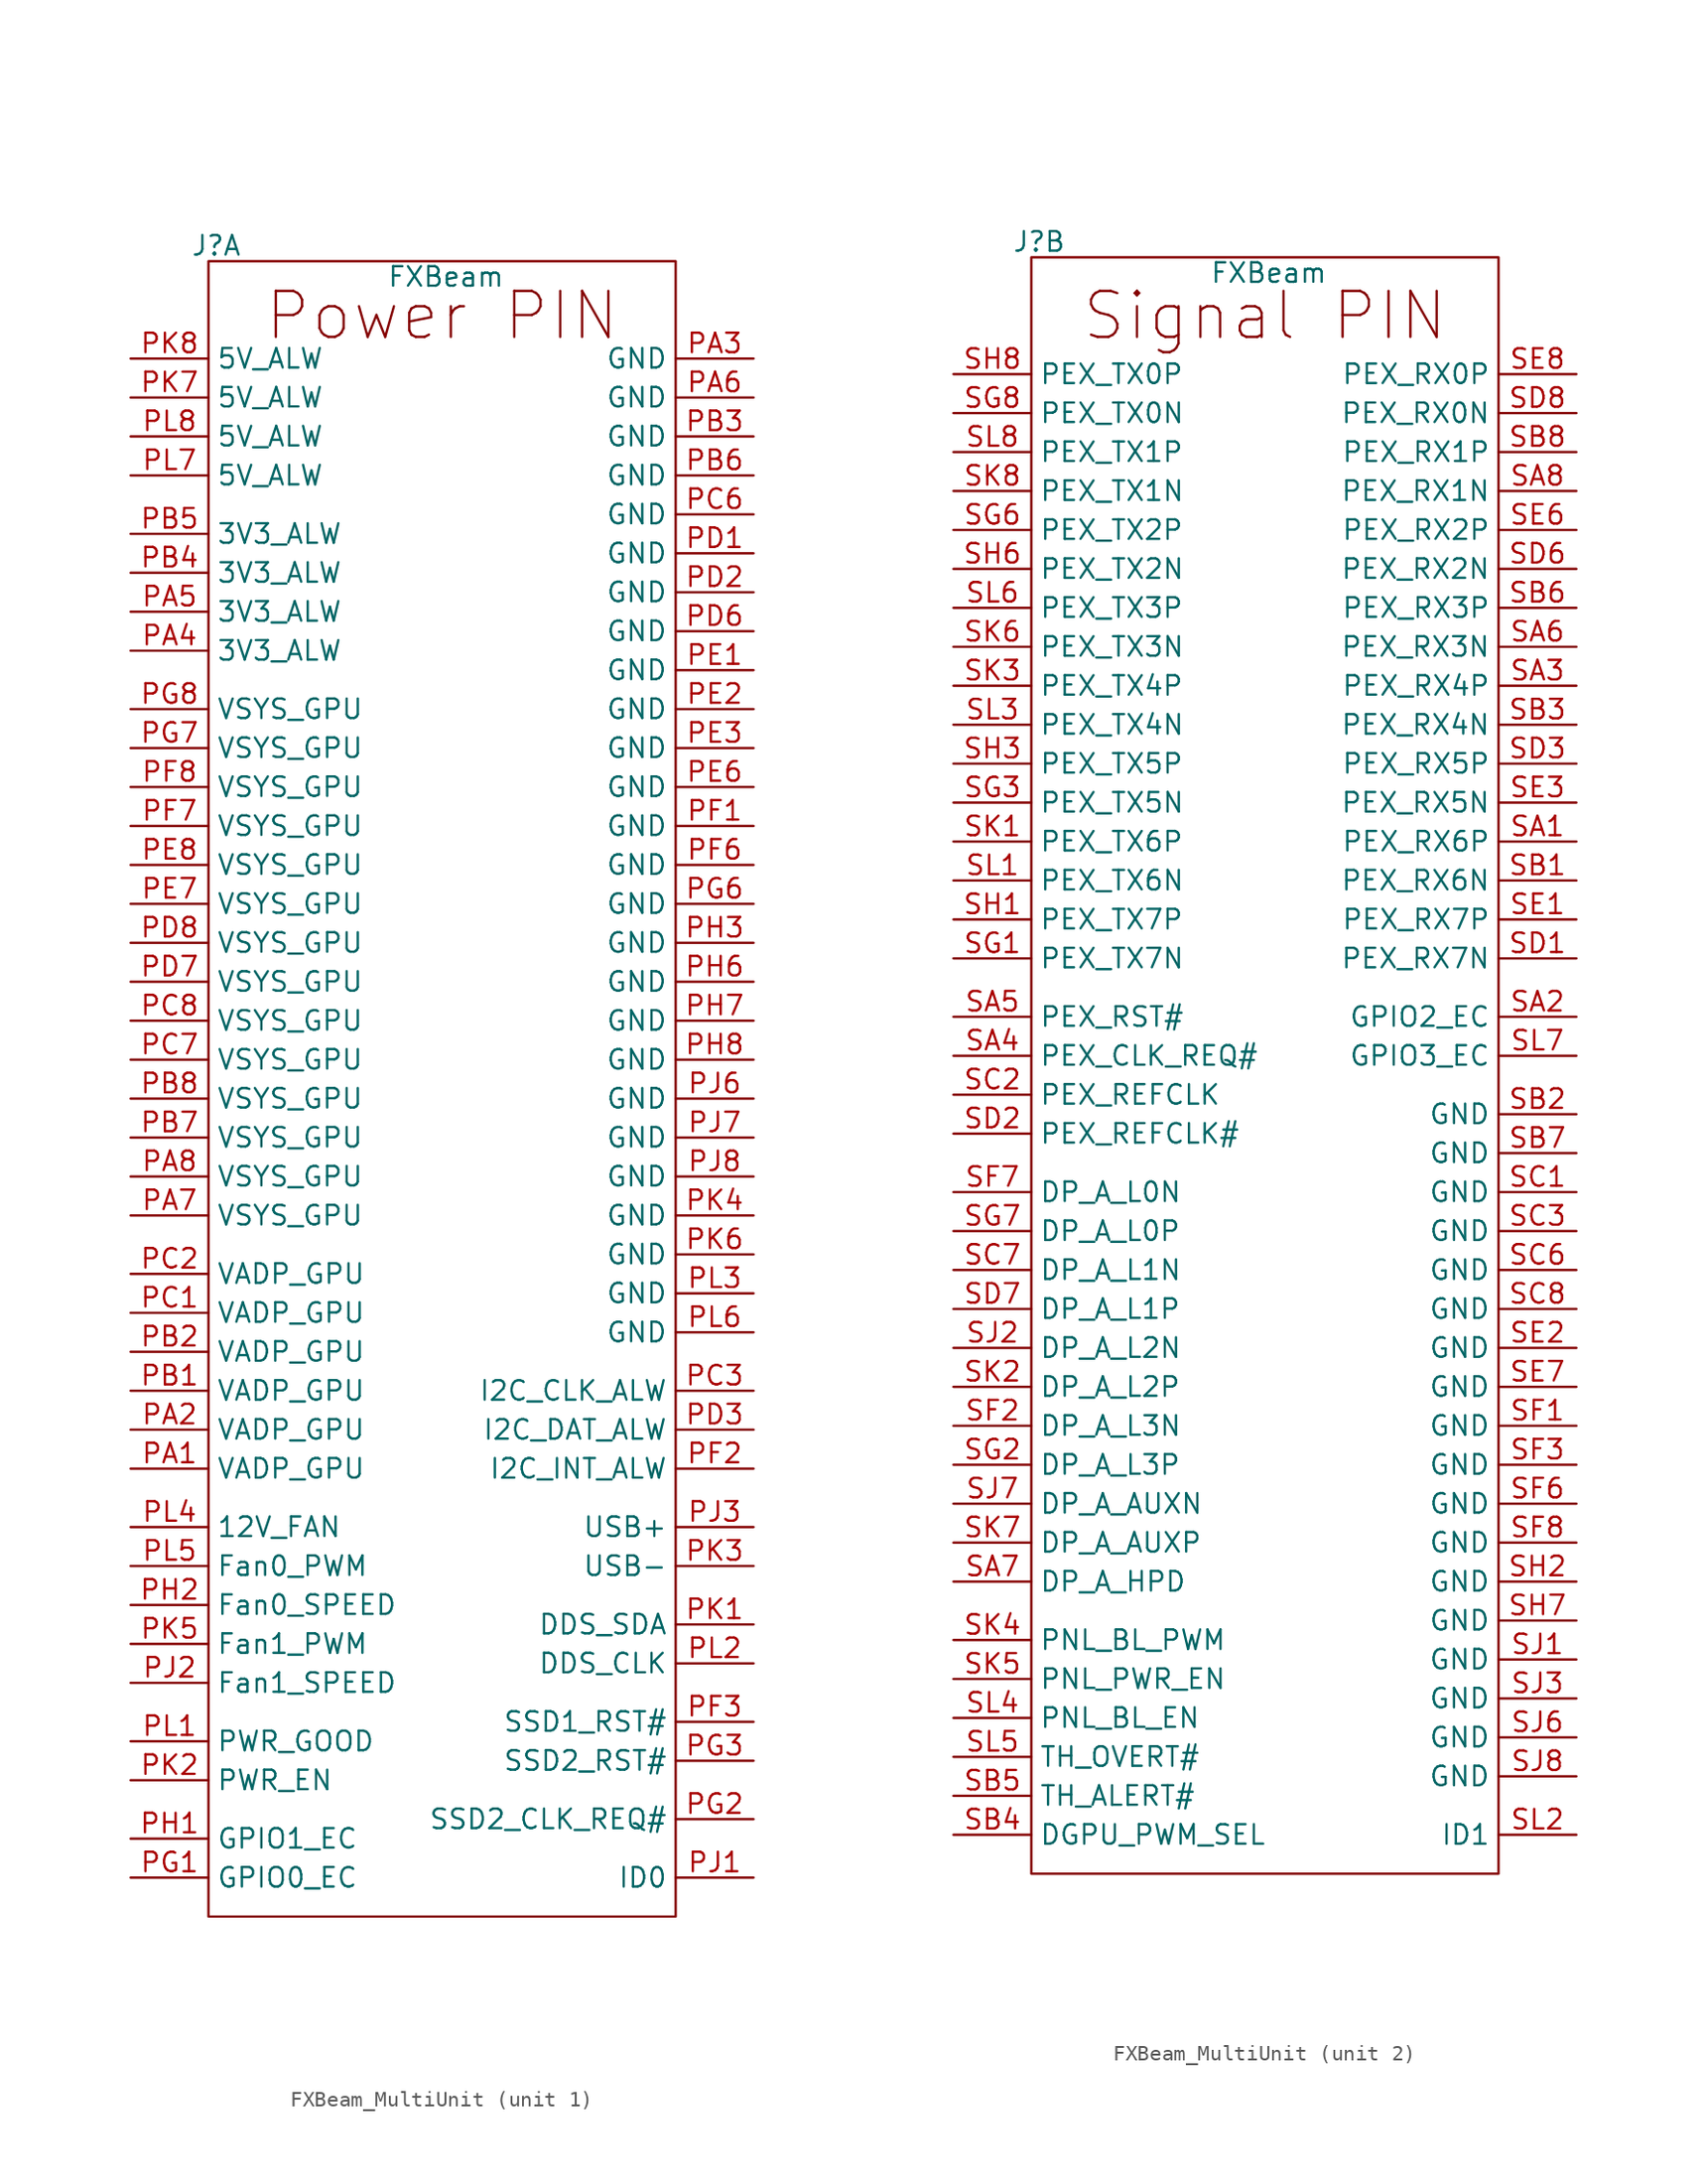
<source format=kicad_sym>
(kicad_symbol_lib
  (version 20241209)
  (generator "kicad_symbol_editor")
  (generator_version "9.0")
  (symbol "FXBeam_MultiUnit"
    (property "Reference" "J"
      (at -14.732 53.086 0)
      (effects (font (size 1.27 1.27))))
    (property "Value" "FXBeam"
      (at 0.254 51.054 0)
      (effects (font (size 1.27 1.27))))
    (property "ki_locked" ""
      (at 0 0 0)
      (effects (font (size 1.27 1.27))))
    (symbol "FXBeam_MultiUnit_1_0"
      (pin power_in line (at -20.32 45.72 0) (length 5.08) (name "5V_ALW" (effects (font (size 1.27 1.27)))) (number "PK8" (effects (font (size 1.27 1.27)))))
      (pin power_in line (at -20.32 43.18 0) (length 5.08) (name "5V_ALW" (effects (font (size 1.27 1.27)))) (number "PK7" (effects (font (size 1.27 1.27)))))
      (pin power_in line (at -20.32 40.64 0) (length 5.08) (name "5V_ALW" (effects (font (size 1.27 1.27)))) (number "PL8" (effects (font (size 1.27 1.27)))))
      (pin power_in line (at -20.32 38.1 0) (length 5.08) (name "5V_ALW" (effects (font (size 1.27 1.27)))) (number "PL7" (effects (font (size 1.27 1.27)))))
      (pin power_in line (at -20.32 34.29 0) (length 5.08) (name "3V3_ALW" (effects (font (size 1.27 1.27)))) (number "PB5" (effects (font (size 1.27 1.27)))))
      (pin power_in line (at -20.32 31.75 0) (length 5.08) (name "3V3_ALW" (effects (font (size 1.27 1.27)))) (number "PB4" (effects (font (size 1.27 1.27)))))
      (pin power_in line (at -20.32 29.21 0) (length 5.08) (name "3V3_ALW" (effects (font (size 1.27 1.27)))) (number "PA5" (effects (font (size 1.27 1.27)))))
      (pin power_in line (at -20.32 26.67 0) (length 5.08) (name "3V3_ALW" (effects (font (size 1.27 1.27)))) (number "PA4" (effects (font (size 1.27 1.27)))))
      (pin power_in line (at -20.32 22.86 0) (length 5.08) (name "VSYS_GPU" (effects (font (size 1.27 1.27)))) (number "PG8" (effects (font (size 1.27 1.27)))))
      (pin power_in line (at -20.32 20.32 0) (length 5.08) (name "VSYS_GPU" (effects (font (size 1.27 1.27)))) (number "PG7" (effects (font (size 1.27 1.27)))))
      (pin power_in line (at -20.32 17.78 0) (length 5.08) (name "VSYS_GPU" (effects (font (size 1.27 1.27)))) (number "PF8" (effects (font (size 1.27 1.27)))))
      (pin power_in line (at -20.32 15.24 0) (length 5.08) (name "VSYS_GPU" (effects (font (size 1.27 1.27)))) (number "PF7" (effects (font (size 1.27 1.27)))))
      (pin power_in line (at -20.32 12.7 0) (length 5.08) (name "VSYS_GPU" (effects (font (size 1.27 1.27)))) (number "PE8" (effects (font (size 1.27 1.27)))))
      (pin power_in line (at -20.32 10.16 0) (length 5.08) (name "VSYS_GPU" (effects (font (size 1.27 1.27)))) (number "PE7" (effects (font (size 1.27 1.27)))))
      (pin power_in line (at -20.32 7.62 0) (length 5.08) (name "VSYS_GPU" (effects (font (size 1.27 1.27)))) (number "PD8" (effects (font (size 1.27 1.27)))))
      (pin power_in line (at -20.32 5.08 0) (length 5.08) (name "VSYS_GPU" (effects (font (size 1.27 1.27)))) (number "PD7" (effects (font (size 1.27 1.27)))))
      (pin power_in line (at -20.32 2.54 0) (length 5.08) (name "VSYS_GPU" (effects (font (size 1.27 1.27)))) (number "PC8" (effects (font (size 1.27 1.27)))))
      (pin power_in line (at -20.32 0 0) (length 5.08) (name "VSYS_GPU" (effects (font (size 1.27 1.27)))) (number "PC7" (effects (font (size 1.27 1.27)))))
      (pin power_in line (at -20.32 -2.54 0) (length 5.08) (name "VSYS_GPU" (effects (font (size 1.27 1.27)))) (number "PB8" (effects (font (size 1.27 1.27)))))
      (pin power_in line (at -20.32 -5.08 0) (length 5.08) (name "VSYS_GPU" (effects (font (size 1.27 1.27)))) (number "PB7" (effects (font (size 1.27 1.27)))))
      (pin power_in line (at -20.32 -7.62 0) (length 5.08) (name "VSYS_GPU" (effects (font (size 1.27 1.27)))) (number "PA8" (effects (font (size 1.27 1.27)))))
      (pin power_in line (at -20.32 -10.16 0) (length 5.08) (name "VSYS_GPU" (effects (font (size 1.27 1.27)))) (number "PA7" (effects (font (size 1.27 1.27)))))
      (pin power_out line (at -20.32 -13.97 0) (length 5.08) (name "VADP_GPU" (effects (font (size 1.27 1.27)))) (number "PC2" (effects (font (size 1.27 1.27)))))
      (pin power_out line (at -20.32 -16.51 0) (length 5.08) (name "VADP_GPU" (effects (font (size 1.27 1.27)))) (number "PC1" (effects (font (size 1.27 1.27)))))
      (pin power_in line (at -20.32 -19.05 0) (length 5.08) (name "VADP_GPU" (effects (font (size 1.27 1.27)))) (number "PB2" (effects (font (size 1.27 1.27)))))
      (pin power_in line (at -20.32 -21.59 0) (length 5.08) (name "VADP_GPU" (effects (font (size 1.27 1.27)))) (number "PB1" (effects (font (size 1.27 1.27)))))
      (pin power_out line (at -20.32 -24.13 0) (length 5.08) (name "VADP_GPU" (effects (font (size 1.27 1.27)))) (number "PA2" (effects (font (size 1.27 1.27)))))
      (pin power_out line (at -20.32 -26.67 0) (length 5.08) (name "VADP_GPU" (effects (font (size 1.27 1.27)))) (number "PA1" (effects (font (size 1.27 1.27)))))
      (pin power_in line (at -20.32 -30.48 0) (length 5.08) (name "12V_FAN" (effects (font (size 1.27 1.27)))) (number "PL4" (effects (font (size 1.27 1.27)))))
      (pin input line (at -20.32 -33.02 0) (length 5.08) (name "Fan0_PWM" (effects (font (size 1.27 1.27)))) (number "PL5" (effects (font (size 1.27 1.27)))))
      (pin output line (at -20.32 -35.56 0) (length 5.08) (name "Fan0_SPEED" (effects (font (size 1.27 1.27)))) (number "PH2" (effects (font (size 1.27 1.27)))))
      (pin input line (at -20.32 -38.1 0) (length 5.08) (name "Fan1_PWM" (effects (font (size 1.27 1.27)))) (number "PK5" (effects (font (size 1.27 1.27)))))
      (pin output line (at -20.32 -40.64 0) (length 5.08) (name "Fan1_SPEED" (effects (font (size 1.27 1.27)))) (number "PJ2" (effects (font (size 1.27 1.27)))))
      (pin output line (at -20.32 -44.45 0) (length 5.08) (name "PWR_GOOD" (effects (font (size 1.27 1.27)))) (number "PL1" (effects (font (size 1.27 1.27)))))
      (pin input line (at -20.32 -46.99 0) (length 5.08) (name "PWR_EN" (effects (font (size 1.27 1.27)))) (number "PK2" (effects (font (size 1.27 1.27)))))
      (pin unspecified line (at -20.32 -50.8 0) (length 5.08) (name "GPIO1_EC" (effects (font (size 1.27 1.27)))) (number "PH1" (effects (font (size 1.27 1.27)))))
      (pin unspecified line (at -20.32 -53.34 0) (length 5.08) (name "GPIO0_EC" (effects (font (size 1.27 1.27)))) (number "PG1" (effects (font (size 1.27 1.27)))))
      (pin unspecified line (at 20.32 45.72 180) (length 5.08) (name "GND" (effects (font (size 1.27 1.27)))) (number "PA3" (effects (font (size 1.27 1.27)))))
      (pin unspecified line (at 20.32 43.18 180) (length 5.08) (name "GND" (effects (font (size 1.27 1.27)))) (number "PA6" (effects (font (size 1.27 1.27)))))
      (pin unspecified line (at 20.32 40.64 180) (length 5.08) (name "GND" (effects (font (size 1.27 1.27)))) (number "PB3" (effects (font (size 1.27 1.27)))))
      (pin unspecified line (at 20.32 38.1 180) (length 5.08) (name "GND" (effects (font (size 1.27 1.27)))) (number "PB6" (effects (font (size 1.27 1.27)))))
      (pin unspecified line (at 20.32 35.56 180) (length 5.08) (name "GND" (effects (font (size 1.27 1.27)))) (number "PC6" (effects (font (size 1.27 1.27)))))
      (pin unspecified line (at 20.32 33.02 180) (length 5.08) (name "GND" (effects (font (size 1.27 1.27)))) (number "PD1" (effects (font (size 1.27 1.27)))))
      (pin unspecified line (at 20.32 30.48 180) (length 5.08) (name "GND" (effects (font (size 1.27 1.27)))) (number "PD2" (effects (font (size 1.27 1.27)))))
      (pin unspecified line (at 20.32 27.94 180) (length 5.08) (name "GND" (effects (font (size 1.27 1.27)))) (number "PD6" (effects (font (size 1.27 1.27)))))
      (pin unspecified line (at 20.32 25.4 180) (length 5.08) (name "GND" (effects (font (size 1.27 1.27)))) (number "PE1" (effects (font (size 1.27 1.27)))))
      (pin unspecified line (at 20.32 22.86 180) (length 5.08) (name "GND" (effects (font (size 1.27 1.27)))) (number "PE2" (effects (font (size 1.27 1.27)))))
      (pin unspecified line (at 20.32 20.32 180) (length 5.08) (name "GND" (effects (font (size 1.27 1.27)))) (number "PE3" (effects (font (size 1.27 1.27)))))
      (pin unspecified line (at 20.32 17.78 180) (length 5.08) (name "GND" (effects (font (size 1.27 1.27)))) (number "PE6" (effects (font (size 1.27 1.27)))))
      (pin unspecified line (at 20.32 15.24 180) (length 5.08) (name "GND" (effects (font (size 1.27 1.27)))) (number "PF1" (effects (font (size 1.27 1.27)))))
      (pin unspecified line (at 20.32 12.7 180) (length 5.08) (name "GND" (effects (font (size 1.27 1.27)))) (number "PF6" (effects (font (size 1.27 1.27)))))
      (pin unspecified line (at 20.32 10.16 180) (length 5.08) (name "GND" (effects (font (size 1.27 1.27)))) (number "PG6" (effects (font (size 1.27 1.27)))))
      (pin unspecified line (at 20.32 7.62 180) (length 5.08) (name "GND" (effects (font (size 1.27 1.27)))) (number "PH3" (effects (font (size 1.27 1.27)))))
      (pin unspecified line (at 20.32 5.08 180) (length 5.08) (name "GND" (effects (font (size 1.27 1.27)))) (number "PH6" (effects (font (size 1.27 1.27)))))
      (pin unspecified line (at 20.32 2.54 180) (length 5.08) (name "GND" (effects (font (size 1.27 1.27)))) (number "PH7" (effects (font (size 1.27 1.27)))))
      (pin unspecified line (at 20.32 0 180) (length 5.08) (name "GND" (effects (font (size 1.27 1.27)))) (number "PH8" (effects (font (size 1.27 1.27)))))
      (pin unspecified line (at 20.32 -2.54 180) (length 5.08) (name "GND" (effects (font (size 1.27 1.27)))) (number "PJ6" (effects (font (size 1.27 1.27)))))
      (pin unspecified line (at 20.32 -5.08 180) (length 5.08) (name "GND" (effects (font (size 1.27 1.27)))) (number "PJ7" (effects (font (size 1.27 1.27)))))
      (pin unspecified line (at 20.32 -7.62 180) (length 5.08) (name "GND" (effects (font (size 1.27 1.27)))) (number "PJ8" (effects (font (size 1.27 1.27)))))
      (pin unspecified line (at 20.32 -10.16 180) (length 5.08) (name "GND" (effects (font (size 1.27 1.27)))) (number "PK4" (effects (font (size 1.27 1.27)))))
      (pin unspecified line (at 20.32 -12.7 180) (length 5.08) (name "GND" (effects (font (size 1.27 1.27)))) (number "PK6" (effects (font (size 1.27 1.27)))))
      (pin unspecified line (at 20.32 -15.24 180) (length 5.08) (name "GND" (effects (font (size 1.27 1.27)))) (number "PL3" (effects (font (size 1.27 1.27)))))
      (pin unspecified line (at 20.32 -17.78 180) (length 5.08) (name "GND" (effects (font (size 1.27 1.27)))) (number "PL6" (effects (font (size 1.27 1.27)))))
      (pin bidirectional line (at 20.32 -21.59 180) (length 5.08) (name "I2C_CLK_ALW" (effects (font (size 1.27 1.27)))) (number "PC3" (effects (font (size 1.27 1.27)))))
      (pin bidirectional line (at 20.32 -24.13 180) (length 5.08) (name "I2C_DAT_ALW" (effects (font (size 1.27 1.27)))) (number "PD3" (effects (font (size 1.27 1.27)))))
      (pin bidirectional line (at 20.32 -26.67 180) (length 5.08) (name "I2C_INT_ALW" (effects (font (size 1.27 1.27)))) (number "PF2" (effects (font (size 1.27 1.27)))))
      (pin bidirectional line (at 20.32 -30.48 180) (length 5.08) (name "USB+" (effects (font (size 1.27 1.27)))) (number "PJ3" (effects (font (size 1.27 1.27)))))
      (pin bidirectional line (at 20.32 -33.02 180) (length 5.08) (name "USB-" (effects (font (size 1.27 1.27)))) (number "PK3" (effects (font (size 1.27 1.27)))))
      (pin input line (at 20.32 -36.83 180) (length 5.08) (name "DDS_SDA" (effects (font (size 1.27 1.27)))) (number "PK1" (effects (font (size 1.27 1.27)))))
      (pin bidirectional line (at 20.32 -39.37 180) (length 5.08) (name "DDS_CLK" (effects (font (size 1.27 1.27)))) (number "PL2" (effects (font (size 1.27 1.27)))))
      (pin bidirectional line (at 20.32 -43.18 180) (length 5.08) (name "SSD1_RST#" (effects (font (size 1.27 1.27)))) (number "PF3" (effects (font (size 1.27 1.27)))))
      (pin unspecified line (at 20.32 -45.72 180) (length 5.08) (name "SSD2_RST#" (effects (font (size 1.27 1.27)))) (number "PG3" (effects (font (size 1.27 1.27)))))
      (pin unspecified line (at 20.32 -49.53 180) (length 5.08) (name "SSD2_CLK_REQ#" (effects (font (size 1.27 1.27)))) (number "PG2" (effects (font (size 1.27 1.27)))))
      (pin output line (at 20.32 -53.34 180) (length 5.08) (name "ID0" (effects (font (size 1.27 1.27)))) (number "PJ1" (effects (font (size 1.27 1.27))))))
    (symbol "FXBeam_MultiUnit_1_1"
      (rectangle (start -15.24 52.07) (end 15.24 -55.88) (stroke (width 0) (type default)) (fill (type none)))
      (text "Power PIN" (at 0 48.514 0) (effects (font (size 2.997 2.997)))))
    (symbol "FXBeam_MultiUnit_2_0"
      (pin unspecified line (at -20.32 44.45 0) (length 5.08) (name "PEX_TX0P" (effects (font (size 1.27 1.27)))) (number "SH8" (effects (font (size 1.27 1.27)))))
      (pin unspecified line (at -20.32 41.91 0) (length 5.08) (name "PEX_TX0N" (effects (font (size 1.27 1.27)))) (number "SG8" (effects (font (size 1.27 1.27)))))
      (pin unspecified line (at -20.32 39.37 0) (length 5.08) (name "PEX_TX1P" (effects (font (size 1.27 1.27)))) (number "SL8" (effects (font (size 1.27 1.27)))))
      (pin unspecified line (at -20.32 36.83 0) (length 5.08) (name "PEX_TX1N" (effects (font (size 1.27 1.27)))) (number "SK8" (effects (font (size 1.27 1.27)))))
      (pin unspecified line (at -20.32 34.29 0) (length 5.08) (name "PEX_TX2P" (effects (font (size 1.27 1.27)))) (number "SG6" (effects (font (size 1.27 1.27)))))
      (pin unspecified line (at -20.32 31.75 0) (length 5.08) (name "PEX_TX2N" (effects (font (size 1.27 1.27)))) (number "SH6" (effects (font (size 1.27 1.27)))))
      (pin unspecified line (at -20.32 29.21 0) (length 5.08) (name "PEX_TX3P" (effects (font (size 1.27 1.27)))) (number "SL6" (effects (font (size 1.27 1.27)))))
      (pin unspecified line (at -20.32 26.67 0) (length 5.08) (name "PEX_TX3N" (effects (font (size 1.27 1.27)))) (number "SK6" (effects (font (size 1.27 1.27)))))
      (pin unspecified line (at -20.32 24.13 0) (length 5.08) (name "PEX_TX4P" (effects (font (size 1.27 1.27)))) (number "SK3" (effects (font (size 1.27 1.27)))))
      (pin unspecified line (at -20.32 21.59 0) (length 5.08) (name "PEX_TX4N" (effects (font (size 1.27 1.27)))) (number "SL3" (effects (font (size 1.27 1.27)))))
      (pin unspecified line (at -20.32 19.05 0) (length 5.08) (name "PEX_TX5P" (effects (font (size 1.27 1.27)))) (number "SH3" (effects (font (size 1.27 1.27)))))
      (pin unspecified line (at -20.32 16.51 0) (length 5.08) (name "PEX_TX5N" (effects (font (size 1.27 1.27)))) (number "SG3" (effects (font (size 1.27 1.27)))))
      (pin unspecified line (at -20.32 13.97 0) (length 5.08) (name "PEX_TX6P" (effects (font (size 1.27 1.27)))) (number "SK1" (effects (font (size 1.27 1.27)))))
      (pin unspecified line (at -20.32 11.43 0) (length 5.08) (name "PEX_TX6N" (effects (font (size 1.27 1.27)))) (number "SL1" (effects (font (size 1.27 1.27)))))
      (pin unspecified line (at -20.32 8.89 0) (length 5.08) (name "PEX_TX7P" (effects (font (size 1.27 1.27)))) (number "SH1" (effects (font (size 1.27 1.27)))))
      (pin unspecified line (at -20.32 6.35 0) (length 5.08) (name "PEX_TX7N" (effects (font (size 1.27 1.27)))) (number "SG1" (effects (font (size 1.27 1.27)))))
      (pin unspecified line (at -20.32 2.54 0) (length 5.08) (name "PEX_RST#" (effects (font (size 1.27 1.27)))) (number "SA5" (effects (font (size 1.27 1.27)))))
      (pin unspecified line (at -20.32 0 0) (length 5.08) (name "PEX_CLK_REQ#" (effects (font (size 1.27 1.27)))) (number "SA4" (effects (font (size 1.27 1.27)))))
      (pin unspecified line (at -20.32 -2.54 0) (length 5.08) (name "PEX_REFCLK" (effects (font (size 1.27 1.27)))) (number "SC2" (effects (font (size 1.27 1.27)))))
      (pin unspecified line (at -20.32 -5.08 0) (length 5.08) (name "PEX_REFCLK#" (effects (font (size 1.27 1.27)))) (number "SD2" (effects (font (size 1.27 1.27)))))
      (pin unspecified line (at -20.32 -8.89 0) (length 5.08) (name "DP_A_L0N" (effects (font (size 1.27 1.27)))) (number "SF7" (effects (font (size 1.27 1.27)))))
      (pin unspecified line (at -20.32 -11.43 0) (length 5.08) (name "DP_A_L0P" (effects (font (size 1.27 1.27)))) (number "SG7" (effects (font (size 1.27 1.27)))))
      (pin unspecified line (at -20.32 -13.97 0) (length 5.08) (name "DP_A_L1N" (effects (font (size 1.27 1.27)))) (number "SC7" (effects (font (size 1.27 1.27)))))
      (pin unspecified line (at -20.32 -16.51 0) (length 5.08) (name "DP_A_L1P" (effects (font (size 1.27 1.27)))) (number "SD7" (effects (font (size 1.27 1.27)))))
      (pin unspecified line (at -20.32 -19.05 0) (length 5.08) (name "DP_A_L2N" (effects (font (size 1.27 1.27)))) (number "SJ2" (effects (font (size 1.27 1.27)))))
      (pin unspecified line (at -20.32 -21.59 0) (length 5.08) (name "DP_A_L2P" (effects (font (size 1.27 1.27)))) (number "SK2" (effects (font (size 1.27 1.27)))))
      (pin unspecified line (at -20.32 -24.13 0) (length 5.08) (name "DP_A_L3N" (effects (font (size 1.27 1.27)))) (number "SF2" (effects (font (size 1.27 1.27)))))
      (pin unspecified line (at -20.32 -26.67 0) (length 5.08) (name "DP_A_L3P" (effects (font (size 1.27 1.27)))) (number "SG2" (effects (font (size 1.27 1.27)))))
      (pin unspecified line (at -20.32 -29.21 0) (length 5.08) (name "DP_A_AUXN" (effects (font (size 1.27 1.27)))) (number "SJ7" (effects (font (size 1.27 1.27)))) (alternate "PEX_REFCLK2#" unspecified line))
      (pin unspecified line (at -20.32 -31.75 0) (length 5.08) (name "DP_A_AUXP" (effects (font (size 1.27 1.27)))) (number "SK7" (effects (font (size 1.27 1.27)))) (alternate "PEX_REFCLK2" unspecified line))
      (pin unspecified line (at -20.32 -34.29 0) (length 5.08) (name "DP_A_HPD" (effects (font (size 1.27 1.27)))) (number "SA7" (effects (font (size 1.27 1.27)))))
      (pin unspecified line (at -20.32 -38.1 0) (length 5.08) (name "PNL_BL_PWM" (effects (font (size 1.27 1.27)))) (number "SK4" (effects (font (size 1.27 1.27)))))
      (pin unspecified line (at -20.32 -40.64 0) (length 5.08) (name "PNL_PWR_EN" (effects (font (size 1.27 1.27)))) (number "SK5" (effects (font (size 1.27 1.27)))))
      (pin unspecified line (at -20.32 -43.18 0) (length 5.08) (name "PNL_BL_EN" (effects (font (size 1.27 1.27)))) (number "SL4" (effects (font (size 1.27 1.27)))))
      (pin unspecified line (at -20.32 -45.72 0) (length 5.08) (name "TH_OVERT#" (effects (font (size 1.27 1.27)))) (number "SL5" (effects (font (size 1.27 1.27)))))
      (pin unspecified line (at -20.32 -48.26 0) (length 5.08) (name "TH_ALERT#" (effects (font (size 1.27 1.27)))) (number "SB5" (effects (font (size 1.27 1.27)))))
      (pin unspecified line (at -20.32 -50.8 0) (length 5.08) (name "DGPU_PWM_SEL" (effects (font (size 1.27 1.27)))) (number "SB4" (effects (font (size 1.27 1.27)))))
      (pin unspecified line (at 20.32 44.45 180) (length 5.08) (name "PEX_RX0P" (effects (font (size 1.27 1.27)))) (number "SE8" (effects (font (size 1.27 1.27)))))
      (pin unspecified line (at 20.32 41.91 180) (length 5.08) (name "PEX_RX0N" (effects (font (size 1.27 1.27)))) (number "SD8" (effects (font (size 1.27 1.27)))))
      (pin unspecified line (at 20.32 39.37 180) (length 5.08) (name "PEX_RX1P" (effects (font (size 1.27 1.27)))) (number "SB8" (effects (font (size 1.27 1.27)))))
      (pin unspecified line (at 20.32 36.83 180) (length 5.08) (name "PEX_RX1N" (effects (font (size 1.27 1.27)))) (number "SA8" (effects (font (size 1.27 1.27)))))
      (pin unspecified line (at 20.32 34.29 180) (length 5.08) (name "PEX_RX2P" (effects (font (size 1.27 1.27)))) (number "SE6" (effects (font (size 1.27 1.27)))))
      (pin unspecified line (at 20.32 31.75 180) (length 5.08) (name "PEX_RX2N" (effects (font (size 1.27 1.27)))) (number "SD6" (effects (font (size 1.27 1.27)))))
      (pin unspecified line (at 20.32 29.21 180) (length 5.08) (name "PEX_RX3P" (effects (font (size 1.27 1.27)))) (number "SB6" (effects (font (size 1.27 1.27)))))
      (pin unspecified line (at 20.32 26.67 180) (length 5.08) (name "PEX_RX3N" (effects (font (size 1.27 1.27)))) (number "SA6" (effects (font (size 1.27 1.27)))))
      (pin unspecified line (at 20.32 24.13 180) (length 5.08) (name "PEX_RX4P" (effects (font (size 1.27 1.27)))) (number "SA3" (effects (font (size 1.27 1.27)))))
      (pin unspecified line (at 20.32 21.59 180) (length 5.08) (name "PEX_RX4N" (effects (font (size 1.27 1.27)))) (number "SB3" (effects (font (size 1.27 1.27)))))
      (pin unspecified line (at 20.32 19.05 180) (length 5.08) (name "PEX_RX5P" (effects (font (size 1.27 1.27)))) (number "SD3" (effects (font (size 1.27 1.27)))))
      (pin unspecified line (at 20.32 16.51 180) (length 5.08) (name "PEX_RX5N" (effects (font (size 1.27 1.27)))) (number "SE3" (effects (font (size 1.27 1.27)))))
      (pin unspecified line (at 20.32 13.97 180) (length 5.08) (name "PEX_RX6P" (effects (font (size 1.27 1.27)))) (number "SA1" (effects (font (size 1.27 1.27)))))
      (pin unspecified line (at 20.32 11.43 180) (length 5.08) (name "PEX_RX6N" (effects (font (size 1.27 1.27)))) (number "SB1" (effects (font (size 1.27 1.27)))))
      (pin unspecified line (at 20.32 8.89 180) (length 5.08) (name "PEX_RX7P" (effects (font (size 1.27 1.27)))) (number "SE1" (effects (font (size 1.27 1.27)))))
      (pin unspecified line (at 20.32 6.35 180) (length 5.08) (name "PEX_RX7N" (effects (font (size 1.27 1.27)))) (number "SD1" (effects (font (size 1.27 1.27)))))
      (pin unspecified line (at 20.32 2.54 180) (length 5.08) (name "GPIO2_EC" (effects (font (size 1.27 1.27)))) (number "SA2" (effects (font (size 1.27 1.27)))))
      (pin unspecified line (at 20.32 0 180) (length 5.08) (name "GPIO3_EC" (effects (font (size 1.27 1.27)))) (number "SL7" (effects (font (size 1.27 1.27)))))
      (pin unspecified line (at 20.32 -3.81 180) (length 5.08) (name "GND" (effects (font (size 1.27 1.27)))) (number "SB2" (effects (font (size 1.27 1.27)))))
      (pin unspecified line (at 20.32 -6.35 180) (length 5.08) (name "GND" (effects (font (size 1.27 1.27)))) (number "SB7" (effects (font (size 1.27 1.27)))))
      (pin unspecified line (at 20.32 -8.89 180) (length 5.08) (name "GND" (effects (font (size 1.27 1.27)))) (number "SC1" (effects (font (size 1.27 1.27)))))
      (pin unspecified line (at 20.32 -11.43 180) (length 5.08) (name "GND" (effects (font (size 1.27 1.27)))) (number "SC3" (effects (font (size 1.27 1.27)))))
      (pin unspecified line (at 20.32 -13.97 180) (length 5.08) (name "GND" (effects (font (size 1.27 1.27)))) (number "SC6" (effects (font (size 1.27 1.27)))))
      (pin unspecified line (at 20.32 -16.51 180) (length 5.08) (name "GND" (effects (font (size 1.27 1.27)))) (number "SC8" (effects (font (size 1.27 1.27)))))
      (pin unspecified line (at 20.32 -19.05 180) (length 5.08) (name "GND" (effects (font (size 1.27 1.27)))) (number "SE2" (effects (font (size 1.27 1.27)))))
      (pin unspecified line (at 20.32 -21.59 180) (length 5.08) (name "GND" (effects (font (size 1.27 1.27)))) (number "SE7" (effects (font (size 1.27 1.27)))))
      (pin unspecified line (at 20.32 -24.13 180) (length 5.08) (name "GND" (effects (font (size 1.27 1.27)))) (number "SF1" (effects (font (size 1.27 1.27)))))
      (pin unspecified line (at 20.32 -26.67 180) (length 5.08) (name "GND" (effects (font (size 1.27 1.27)))) (number "SF3" (effects (font (size 1.27 1.27)))))
      (pin unspecified line (at 20.32 -29.21 180) (length 5.08) (name "GND" (effects (font (size 1.27 1.27)))) (number "SF6" (effects (font (size 1.27 1.27)))))
      (pin unspecified line (at 20.32 -31.75 180) (length 5.08) (name "GND" (effects (font (size 1.27 1.27)))) (number "SF8" (effects (font (size 1.27 1.27)))))
      (pin unspecified line (at 20.32 -34.29 180) (length 5.08) (name "GND" (effects (font (size 1.27 1.27)))) (number "SH2" (effects (font (size 1.27 1.27)))))
      (pin unspecified line (at 20.32 -36.83 180) (length 5.08) (name "GND" (effects (font (size 1.27 1.27)))) (number "SH7" (effects (font (size 1.27 1.27)))))
      (pin unspecified line (at 20.32 -39.37 180) (length 5.08) (name "GND" (effects (font (size 1.27 1.27)))) (number "SJ1" (effects (font (size 1.27 1.27)))))
      (pin unspecified line (at 20.32 -41.91 180) (length 5.08) (name "GND" (effects (font (size 1.27 1.27)))) (number "SJ3" (effects (font (size 1.27 1.27)))))
      (pin unspecified line (at 20.32 -44.45 180) (length 5.08) (name "GND" (effects (font (size 1.27 1.27)))) (number "SJ6" (effects (font (size 1.27 1.27)))))
      (pin unspecified line (at 20.32 -46.99 180) (length 5.08) (name "GND" (effects (font (size 1.27 1.27)))) (number "SJ8" (effects (font (size 1.27 1.27)))))
      (pin unspecified line (at 20.32 -50.8 180) (length 5.08) (name "ID1" (effects (font (size 1.27 1.27)))) (number "SL2" (effects (font (size 1.27 1.27))))))
    (symbol "FXBeam_MultiUnit_2_1"
      (rectangle (start -15.24 52.07) (end 15.24 -53.34) (stroke (width 0) (type default)) (fill (type none)))
      (text "Signal PIN" (at 0 48.26 0) (effects (font (size 2.997 2.997)))))))
</source>
